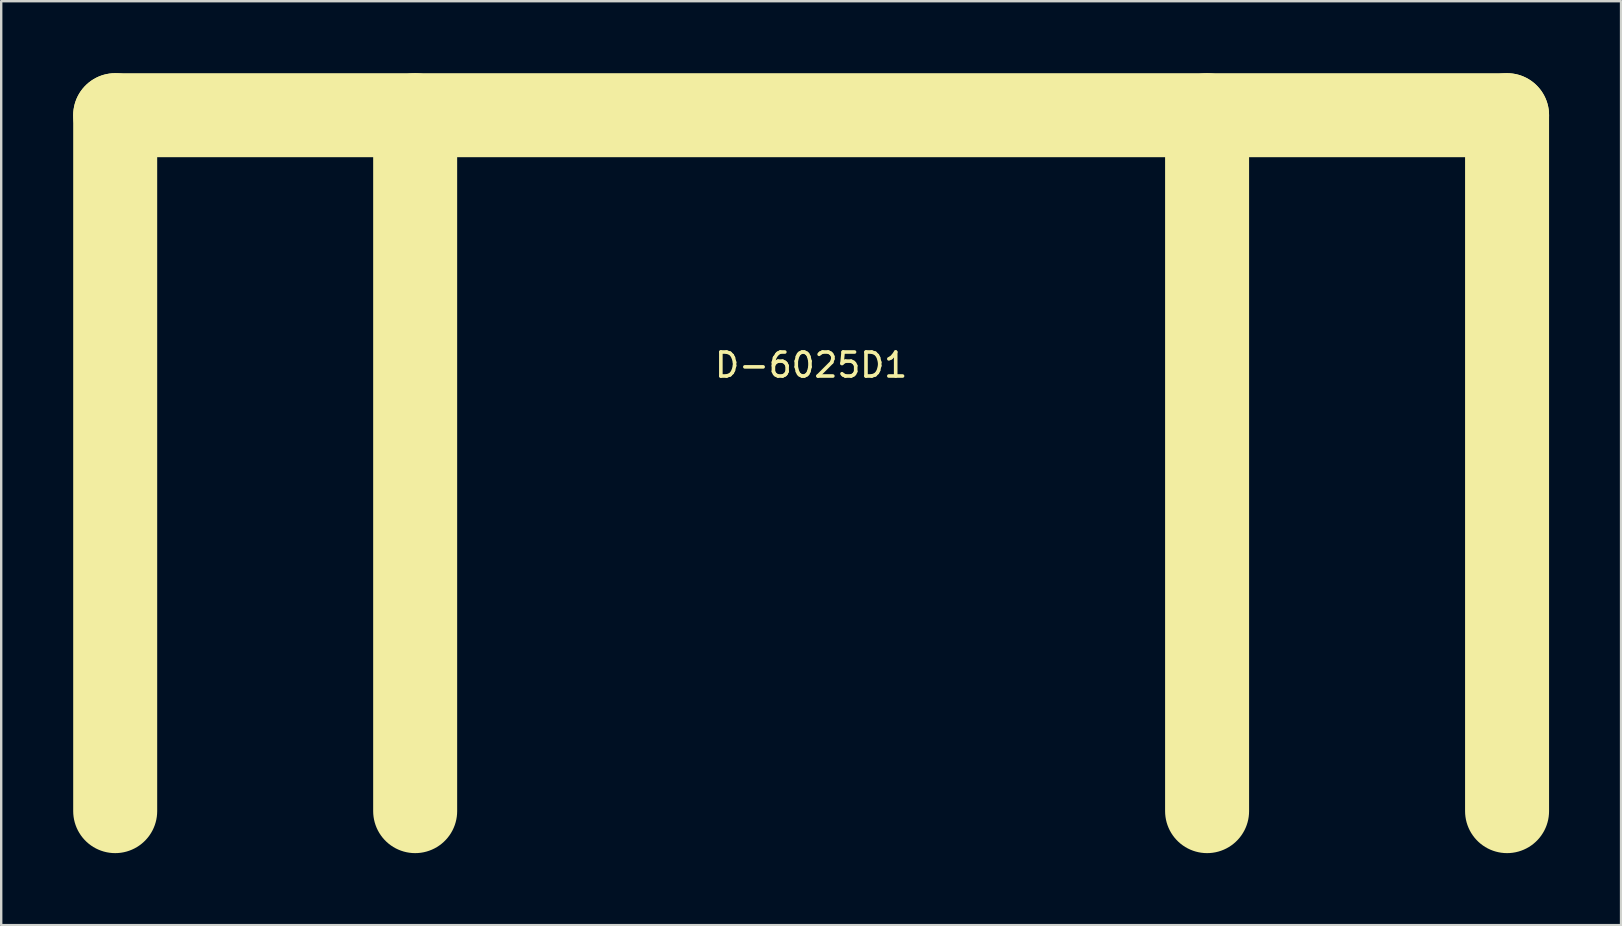
<source format=kicad_pcb>
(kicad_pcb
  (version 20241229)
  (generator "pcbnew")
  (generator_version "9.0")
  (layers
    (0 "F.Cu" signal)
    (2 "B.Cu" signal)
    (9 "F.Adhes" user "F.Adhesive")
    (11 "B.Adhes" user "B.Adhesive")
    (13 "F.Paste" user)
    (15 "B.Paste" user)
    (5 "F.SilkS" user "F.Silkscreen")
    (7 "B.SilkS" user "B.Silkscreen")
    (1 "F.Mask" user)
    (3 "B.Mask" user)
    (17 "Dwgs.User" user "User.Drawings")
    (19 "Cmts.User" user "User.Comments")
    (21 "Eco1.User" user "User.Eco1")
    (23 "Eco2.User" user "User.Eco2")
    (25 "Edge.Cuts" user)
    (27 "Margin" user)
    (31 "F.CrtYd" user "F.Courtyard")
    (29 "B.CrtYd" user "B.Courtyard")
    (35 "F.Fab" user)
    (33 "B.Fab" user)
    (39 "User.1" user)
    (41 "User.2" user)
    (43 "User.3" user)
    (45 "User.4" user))
  (footprint "D-6025D1"
    (layer "F.Cu")
    (at 30.75 1.75)
    (property "Reference" "D-6025D1" (at 0 10.414 0) (layer "F.SilkS") (effects (font (size 1 1) (thickness 0.15))))
    (attr through_hole)
    (fp_line (start -29 0) (end -29 29) (stroke (width 3.5) (type solid)) (layer "F.SilkS"))
    (fp_line (start -29 0) (end 29 0) (stroke (width 3.5) (type solid)) (layer "F.SilkS"))
    (fp_line (start -16.5 0) (end -16.5 29) (stroke (width 3.5) (type solid)) (layer "F.SilkS"))
    (fp_line (start 16.5 0) (end 16.5 29) (stroke (width 3.5) (type solid)) (layer "F.SilkS"))
    (fp_line (start 29 0) (end 29 29) (stroke (width 3.5) (type solid)) (layer "F.SilkS")))
  (gr_rect
    (start -3 -3)
    (end 64.5 35.5)
    (stroke (width 0.1) (type default))
    (fill no)
    (layer "Edge.Cuts")))
</source>
